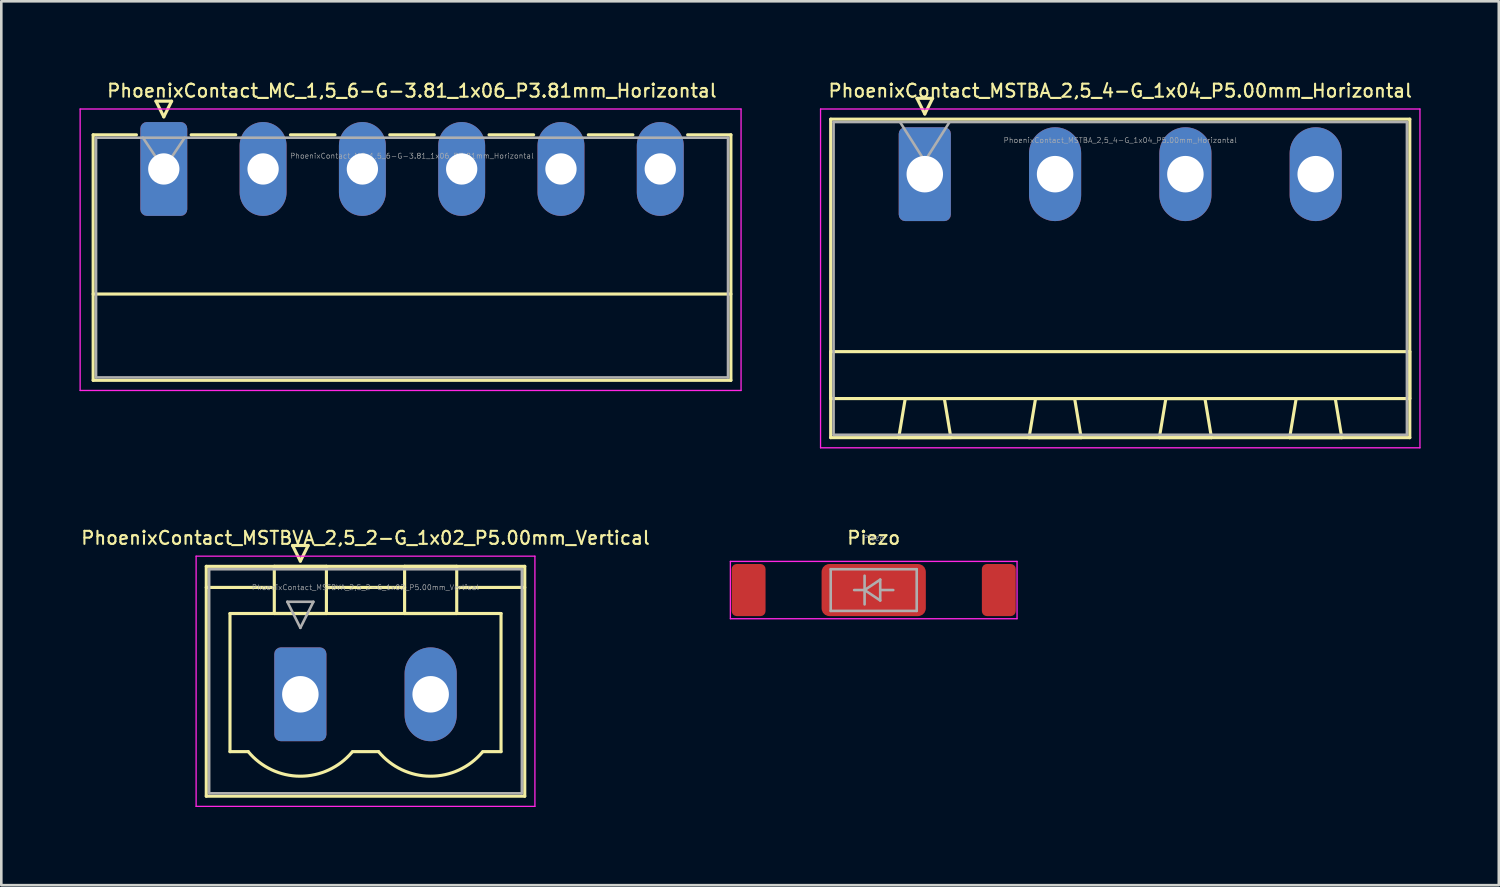
<source format=kicad_pcb>
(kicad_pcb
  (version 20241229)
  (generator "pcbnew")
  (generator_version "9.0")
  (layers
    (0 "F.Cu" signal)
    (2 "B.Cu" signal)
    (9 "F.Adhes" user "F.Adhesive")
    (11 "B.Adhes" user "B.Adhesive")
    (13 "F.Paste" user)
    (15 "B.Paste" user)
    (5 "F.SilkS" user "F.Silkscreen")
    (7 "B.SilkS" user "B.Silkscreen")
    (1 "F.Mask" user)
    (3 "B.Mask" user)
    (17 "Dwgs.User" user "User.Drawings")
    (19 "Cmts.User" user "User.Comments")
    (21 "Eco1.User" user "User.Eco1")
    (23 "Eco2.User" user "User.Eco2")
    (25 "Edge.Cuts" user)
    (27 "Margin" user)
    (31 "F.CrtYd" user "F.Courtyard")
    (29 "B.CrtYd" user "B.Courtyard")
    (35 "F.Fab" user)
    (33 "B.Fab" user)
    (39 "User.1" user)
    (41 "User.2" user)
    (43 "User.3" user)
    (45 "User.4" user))
  (footprint "PhoenixContact_MC_1,5_6-G-3.81_1x06_P3.81mm_Horizontal"
    (layer "F.Cu")
    (at 3.235 3.433)
    (property "Reference" "PhoenixContact_MC_1,5_6-G-3.81_1x06_P3.81mm_Horizontal" (at 9.52 -3 0) (layer "F.SilkS") (effects (font (size 0.5 0.5) (thickness 0.08))))
    (attr through_hole)
    (fp_line (start -2.71 -1.31) (end -2.71 8.11) (stroke (width 0.12) (type solid)) (layer "F.SilkS"))
    (fp_line (start -2.71 -1.31) (end -1.05 -1.31) (stroke (width 0.12) (type solid)) (layer "F.SilkS"))
    (fp_line (start -2.71 4.8) (end 21.76 4.8) (stroke (width 0.12) (type solid)) (layer "F.SilkS"))
    (fp_line (start -2.71 8.11) (end 21.76 8.11) (stroke (width 0.12) (type solid)) (layer "F.SilkS"))
    (fp_line (start -0.3 -2.6) (end 0.3 -2.6) (stroke (width 0.12) (type solid)) (layer "F.SilkS"))
    (fp_line (start 0 -2) (end -0.3 -2.6) (stroke (width 0.12) (type solid)) (layer "F.SilkS"))
    (fp_line (start 0.3 -2.6) (end 0 -2) (stroke (width 0.12) (type solid)) (layer "F.SilkS"))
    (fp_line (start 1.05 -1.31) (end 2.76 -1.31) (stroke (width 0.12) (type solid)) (layer "F.SilkS"))
    (fp_line (start 4.86 -1.31) (end 6.57 -1.31) (stroke (width 0.12) (type solid)) (layer "F.SilkS"))
    (fp_line (start 8.67 -1.31) (end 10.38 -1.31) (stroke (width 0.12) (type solid)) (layer "F.SilkS"))
    (fp_line (start 12.48 -1.31) (end 14.19 -1.31) (stroke (width 0.12) (type solid)) (layer "F.SilkS"))
    (fp_line (start 16.29 -1.31) (end 18 -1.31) (stroke (width 0.12) (type solid)) (layer "F.SilkS"))
    (fp_line (start 21.76 -1.31) (end 20.1 -1.31) (stroke (width 0.12) (type solid)) (layer "F.SilkS"))
    (fp_line (start 21.76 8.11) (end 21.76 -1.31) (stroke (width 0.12) (type solid)) (layer "F.SilkS"))
    (fp_line (start -3.21 -2.3) (end -3.21 8.5) (stroke (width 0.05) (type solid)) (layer "F.CrtYd"))
    (fp_line (start -3.21 8.5) (end 22.15 8.5) (stroke (width 0.05) (type solid)) (layer "F.CrtYd"))
    (fp_line (start 22.15 -2.3) (end -3.21 -2.3) (stroke (width 0.05) (type solid)) (layer "F.CrtYd"))
    (fp_line (start 22.15 8.5) (end 22.15 -2.3) (stroke (width 0.05) (type solid)) (layer "F.CrtYd"))
    (fp_line (start -2.6 -1.2) (end -2.6 8) (stroke (width 0.1) (type solid)) (layer "F.Fab"))
    (fp_line (start -2.6 8) (end 21.65 8) (stroke (width 0.1) (type solid)) (layer "F.Fab"))
    (fp_line (start 0 0) (end -0.8 -1.2) (stroke (width 0.1) (type solid)) (layer "F.Fab"))
    (fp_line (start 0.8 -1.2) (end 0 0) (stroke (width 0.1) (type solid)) (layer "F.Fab"))
    (fp_line (start 21.65 -1.2) (end -2.6 -1.2) (stroke (width 0.1) (type solid)) (layer "F.Fab"))
    (fp_line (start 21.65 8) (end 21.65 -1.2) (stroke (width 0.1) (type solid)) (layer "F.Fab"))
    (fp_text user "${REFERENCE}" (at 9.52 -0.5 0) (layer "F.Fab") (effects (font (size 0.2 0.2) (thickness 0.02))))
    (pad "1" thru_hole roundrect (at 0 0) (size 1.8 3.6) (drill 1.2) (layers "*.Cu" "*.Mask") (roundrect_rratio 0.139))
    (pad "2" thru_hole oval (at 3.81 0) (size 1.8 3.6) (drill 1.2) (layers "*.Cu" "*.Mask"))
    (pad "3" thru_hole oval (at 7.62 0) (size 1.8 3.6) (drill 1.2) (layers "*.Cu" "*.Mask"))
    (pad "4" thru_hole oval (at 11.43 0) (size 1.8 3.6) (drill 1.2) (layers "*.Cu" "*.Mask"))
    (pad "5" thru_hole oval (at 15.24 0) (size 1.8 3.6) (drill 1.2) (layers "*.Cu" "*.Mask"))
    (pad "6" thru_hole oval (at 19.05 0) (size 1.8 3.6) (drill 1.2) (layers "*.Cu" "*.Mask")))
  (footprint "PhoenixContact_MSTBVA_2,5_2-G_1x02_P5.00mm_Vertical"
    (layer "F.Cu")
    (at 8.475 23.591)
    (property "Reference" "PhoenixContact_MSTBVA_2,5_2-G_1x02_P5.00mm_Vertical" (at 2.5 -6 0) (layer "F.SilkS") (effects (font (size 0.5 0.5) (thickness 0.08))))
    (attr through_hole)
    (fp_line (start -3.61 -4.91) (end -3.61 3.91) (stroke (width 0.12) (type solid)) (layer "F.SilkS"))
    (fp_line (start -3.61 -4.1) (end -1.11 -4.1) (stroke (width 0.12) (type solid)) (layer "F.SilkS"))
    (fp_line (start -3.61 3.91) (end 8.61 3.91) (stroke (width 0.12) (type solid)) (layer "F.SilkS"))
    (fp_line (start -2.7 -3.1) (end 7.7 -3.1) (stroke (width 0.12) (type solid)) (layer "F.SilkS"))
    (fp_line (start -2.7 2.2) (end -2.7 -3.1) (stroke (width 0.12) (type solid)) (layer "F.SilkS"))
    (fp_line (start -2 2.2) (end -2.7 2.2) (stroke (width 0.12) (type solid)) (layer "F.SilkS"))
    (fp_line (start -1 -4.91) (end 1 -4.91) (stroke (width 0.12) (type solid)) (layer "F.SilkS"))
    (fp_line (start -1 -3.1) (end -1 -4.91) (stroke (width 0.12) (type solid)) (layer "F.SilkS"))
    (fp_line (start -0.3 -5.71) (end 0.3 -5.71) (stroke (width 0.12) (type solid)) (layer "F.SilkS"))
    (fp_line (start 0 -5.11) (end -0.3 -5.71) (stroke (width 0.12) (type solid)) (layer "F.SilkS"))
    (fp_line (start 0.3 -5.71) (end 0 -5.11) (stroke (width 0.12) (type solid)) (layer "F.SilkS"))
    (fp_line (start 1 -4.91) (end 1 -3.1) (stroke (width 0.12) (type solid)) (layer "F.SilkS"))
    (fp_line (start 1 -4.1) (end 4 -4.1) (stroke (width 0.12) (type solid)) (layer "F.SilkS"))
    (fp_line (start 1 -3.1) (end -1 -3.1) (stroke (width 0.12) (type solid)) (layer "F.SilkS"))
    (fp_line (start 2 2.2) (end 3 2.2) (stroke (width 0.12) (type solid)) (layer "F.SilkS"))
    (fp_line (start 4 -4.91) (end 6 -4.91) (stroke (width 0.12) (type solid)) (layer "F.SilkS"))
    (fp_line (start 4 -3.1) (end 4 -4.91) (stroke (width 0.12) (type solid)) (layer "F.SilkS"))
    (fp_line (start 6 -4.91) (end 6 -3.1) (stroke (width 0.12) (type solid)) (layer "F.SilkS"))
    (fp_line (start 6 -3.1) (end 4 -3.1) (stroke (width 0.12) (type solid)) (layer "F.SilkS"))
    (fp_line (start 7.7 -3.1) (end 7.7 2.2) (stroke (width 0.12) (type solid)) (layer "F.SilkS"))
    (fp_line (start 7.7 2.2) (end 7 2.2) (stroke (width 0.12) (type solid)) (layer "F.SilkS"))
    (fp_line (start 8.61 -4.91) (end -3.61 -4.91) (stroke (width 0.12) (type solid)) (layer "F.SilkS"))
    (fp_line (start 8.61 -4.1) (end 6.11 -4.1) (stroke (width 0.12) (type solid)) (layer "F.SilkS"))
    (fp_line (start 8.61 3.91) (end 8.61 -4.91) (stroke (width 0.12) (type solid)) (layer "F.SilkS"))
    (fp_arc (start 1.986842 2.215821) (mid -0.010289 3.142758) (end -2 2.2) (stroke (width 0.12) (type solid)) (layer "F.SilkS"))
    (fp_arc (start 6.986842 2.215821) (mid 4.989711 3.142758) (end 3 2.2) (stroke (width 0.12) (type solid)) (layer "F.SilkS"))
    (fp_line (start -4 -5.3) (end -4 4.3) (stroke (width 0.05) (type solid)) (layer "F.CrtYd"))
    (fp_line (start -4 4.3) (end 9 4.3) (stroke (width 0.05) (type solid)) (layer "F.CrtYd"))
    (fp_line (start 9 -5.3) (end -4 -5.3) (stroke (width 0.05) (type solid)) (layer "F.CrtYd"))
    (fp_line (start 9 4.3) (end 9 -5.3) (stroke (width 0.05) (type solid)) (layer "F.CrtYd"))
    (fp_line (start -3.5 -4.8) (end -3.5 3.8) (stroke (width 0.1) (type solid)) (layer "F.Fab"))
    (fp_line (start -3.5 3.8) (end 8.5 3.8) (stroke (width 0.1) (type solid)) (layer "F.Fab"))
    (fp_line (start -0.5 -3.55) (end 0.5 -3.55) (stroke (width 0.1) (type solid)) (layer "F.Fab"))
    (fp_line (start 0 -2.55) (end -0.5 -3.55) (stroke (width 0.1) (type solid)) (layer "F.Fab"))
    (fp_line (start 0.5 -3.55) (end 0 -2.55) (stroke (width 0.1) (type solid)) (layer "F.Fab"))
    (fp_line (start 8.5 -4.8) (end -3.5 -4.8) (stroke (width 0.1) (type solid)) (layer "F.Fab"))
    (fp_line (start 8.5 3.8) (end 8.5 -4.8) (stroke (width 0.1) (type solid)) (layer "F.Fab"))
    (fp_text user "${REFERENCE}" (at 2.5 -4.1 0) (layer "F.Fab") (effects (font (size 0.2 0.2) (thickness 0.02))))
    (pad "1" thru_hole roundrect (at 0 0) (size 2 3.6) (drill 1.4) (layers "*.Cu" "*.Mask") (roundrect_rratio 0.125))
    (pad "2" thru_hole oval (at 5 0) (size 2 3.6) (drill 1.4) (layers "*.Cu" "*.Mask")))
  (footprint "PhoenixContact_MSTBA_2,5_4-G_1x04_P5.00mm_Horizontal"
    (layer "F.Cu")
    (at 32.435 3.633)
    (property "Reference" "PhoenixContact_MSTBA_2,5_4-G_1x04_P5.00mm_Horizontal" (at 7.5 -3.2 0) (layer "F.SilkS") (effects (font (size 0.5 0.5) (thickness 0.08))))
    (attr through_hole)
    (fp_line (start -3.61 -2.11) (end -3.61 10.11) (stroke (width 0.12) (type solid)) (layer "F.SilkS"))
    (fp_line (start -3.61 6.81) (end 18.61 6.81) (stroke (width 0.12) (type solid)) (layer "F.SilkS"))
    (fp_line (start -3.61 8.61) (end -3.61 6.81) (stroke (width 0.12) (type solid)) (layer "F.SilkS"))
    (fp_line (start -3.61 10.11) (end 18.61 10.11) (stroke (width 0.12) (type solid)) (layer "F.SilkS"))
    (fp_line (start -1 10.11) (end 1 10.11) (stroke (width 0.12) (type solid)) (layer "F.SilkS"))
    (fp_line (start -0.75 8.61) (end -1 10.11) (stroke (width 0.12) (type solid)) (layer "F.SilkS"))
    (fp_line (start -0.3 -2.91) (end 0.3 -2.91) (stroke (width 0.12) (type solid)) (layer "F.SilkS"))
    (fp_line (start 0 -2.31) (end -0.3 -2.91) (stroke (width 0.12) (type solid)) (layer "F.SilkS"))
    (fp_line (start 0.3 -2.91) (end 0 -2.31) (stroke (width 0.12) (type solid)) (layer "F.SilkS"))
    (fp_line (start 0.75 8.61) (end -0.75 8.61) (stroke (width 0.12) (type solid)) (layer "F.SilkS"))
    (fp_line (start 1 10.11) (end 0.75 8.61) (stroke (width 0.12) (type solid)) (layer "F.SilkS"))
    (fp_line (start 4 10.11) (end 6 10.11) (stroke (width 0.12) (type solid)) (layer "F.SilkS"))
    (fp_line (start 4.25 8.61) (end 4 10.11) (stroke (width 0.12) (type solid)) (layer "F.SilkS"))
    (fp_line (start 5.75 8.61) (end 4.25 8.61) (stroke (width 0.12) (type solid)) (layer "F.SilkS"))
    (fp_line (start 6 10.11) (end 5.75 8.61) (stroke (width 0.12) (type solid)) (layer "F.SilkS"))
    (fp_line (start 9 10.11) (end 11 10.11) (stroke (width 0.12) (type solid)) (layer "F.SilkS"))
    (fp_line (start 9.25 8.61) (end 9 10.11) (stroke (width 0.12) (type solid)) (layer "F.SilkS"))
    (fp_line (start 10.75 8.61) (end 9.25 8.61) (stroke (width 0.12) (type solid)) (layer "F.SilkS"))
    (fp_line (start 11 10.11) (end 10.75 8.61) (stroke (width 0.12) (type solid)) (layer "F.SilkS"))
    (fp_line (start 14 10.11) (end 16 10.11) (stroke (width 0.12) (type solid)) (layer "F.SilkS"))
    (fp_line (start 14.25 8.61) (end 14 10.11) (stroke (width 0.12) (type solid)) (layer "F.SilkS"))
    (fp_line (start 15.75 8.61) (end 14.25 8.61) (stroke (width 0.12) (type solid)) (layer "F.SilkS"))
    (fp_line (start 16 10.11) (end 15.75 8.61) (stroke (width 0.12) (type solid)) (layer "F.SilkS"))
    (fp_line (start 18.61 -2.11) (end -3.61 -2.11) (stroke (width 0.12) (type solid)) (layer "F.SilkS"))
    (fp_line (start 18.61 6.81) (end 18.61 8.61) (stroke (width 0.12) (type solid)) (layer "F.SilkS"))
    (fp_line (start 18.61 8.61) (end -3.61 8.61) (stroke (width 0.12) (type solid)) (layer "F.SilkS"))
    (fp_line (start 18.61 10.11) (end 18.61 -2.11) (stroke (width 0.12) (type solid)) (layer "F.SilkS"))
    (fp_line (start -4 -2.5) (end -4 10.5) (stroke (width 0.05) (type solid)) (layer "F.CrtYd"))
    (fp_line (start -4 10.5) (end 19 10.5) (stroke (width 0.05) (type solid)) (layer "F.CrtYd"))
    (fp_line (start 19 -2.5) (end -4 -2.5) (stroke (width 0.05) (type solid)) (layer "F.CrtYd"))
    (fp_line (start 19 10.5) (end 19 -2.5) (stroke (width 0.05) (type solid)) (layer "F.CrtYd"))
    (fp_line (start -3.5 -2) (end -3.5 10) (stroke (width 0.1) (type solid)) (layer "F.Fab"))
    (fp_line (start -3.5 10) (end 18.5 10) (stroke (width 0.1) (type solid)) (layer "F.Fab"))
    (fp_line (start 0 -0.5) (end -0.95 -2) (stroke (width 0.1) (type solid)) (layer "F.Fab"))
    (fp_line (start 0.95 -2) (end 0 -0.5) (stroke (width 0.1) (type solid)) (layer "F.Fab"))
    (fp_line (start 18.5 -2) (end -3.5 -2) (stroke (width 0.1) (type solid)) (layer "F.Fab"))
    (fp_line (start 18.5 10) (end 18.5 -2) (stroke (width 0.1) (type solid)) (layer "F.Fab"))
    (fp_text user "${REFERENCE}" (at 7.5 -1.3 0) (layer "F.Fab") (effects (font (size 0.2 0.2) (thickness 0.02))))
    (pad "1" thru_hole roundrect (at 0 0) (size 2 3.6) (drill 1.4) (layers "*.Cu" "*.Mask") (roundrect_rratio 0.125))
    (pad "2" thru_hole oval (at 5 0) (size 2 3.6) (drill 1.4) (layers "*.Cu" "*.Mask"))
    (pad "3" thru_hole oval (at 10 0) (size 2 3.6) (drill 1.4) (layers "*.Cu" "*.Mask"))
    (pad "4" thru_hole oval (at 15 0) (size 2 3.6) (drill 1.4) (layers "*.Cu" "*.Mask")))
  (footprint "Piezo"
    (layer "F.Cu")
    (at 30.475 19.591)
    (property "Reference" "Piezo" (at 0 -2 0) (layer "F.SilkS") (effects (font (size 0.5 0.5) (thickness 0.08))))
    (attr smd)
    (fp_line (start -5.5 -1.1) (end 5.5 -1.1) (stroke (width 0.05) (type solid)) (layer "F.CrtYd"))
    (fp_line (start -5.5 1.1) (end -5.5 -1.1) (stroke (width 0.05) (type solid)) (layer "F.CrtYd"))
    (fp_line (start 5.5 -1.1) (end 5.5 1.1) (stroke (width 0.05) (type solid)) (layer "F.CrtYd"))
    (fp_line (start 5.5 1.1) (end -5.5 1.1) (stroke (width 0.05) (type solid)) (layer "F.CrtYd"))
    (fp_line (start -1.65 -0.8) (end 1.65 -0.8) (stroke (width 0.1) (type solid)) (layer "F.Fab"))
    (fp_line (start -1.65 0.8) (end -1.65 -0.8) (stroke (width 0.1) (type solid)) (layer "F.Fab"))
    (fp_line (start -0.75 0) (end -0.35 0) (stroke (width 0.1) (type solid)) (layer "F.Fab"))
    (fp_line (start -0.35 0) (end -0.35 -0.55) (stroke (width 0.1) (type solid)) (layer "F.Fab"))
    (fp_line (start -0.35 0) (end -0.35 0.55) (stroke (width 0.1) (type solid)) (layer "F.Fab"))
    (fp_line (start -0.35 0) (end 0.25 -0.4) (stroke (width 0.1) (type solid)) (layer "F.Fab"))
    (fp_line (start 0.25 -0.4) (end 0.25 0.4) (stroke (width 0.1) (type solid)) (layer "F.Fab"))
    (fp_line (start 0.25 0) (end 0.75 0) (stroke (width 0.1) (type solid)) (layer "F.Fab"))
    (fp_line (start 0.25 0.4) (end -0.35 0) (stroke (width 0.1) (type solid)) (layer "F.Fab"))
    (fp_line (start 1.65 -0.8) (end 1.65 0.8) (stroke (width 0.1) (type solid)) (layer "F.Fab"))
    (fp_line (start 1.65 0.8) (end -1.65 0.8) (stroke (width 0.1) (type solid)) (layer "F.Fab"))
    (fp_text user "${REFERENCE}" (at 0 -2 0) (layer "F.Fab") (effects (font (size 0.2 0.2) (thickness 0.02))))
    (pad "1" smd roundrect (at 0 0) (size 4 2) (layers "F.Cu" "F.Mask" "F.Paste") (roundrect_rratio 0.15))
    (pad "2" smd roundrect (at -4.8 0) (size 1.3 2) (layers "F.Cu" "F.Mask" "F.Paste") (roundrect_rratio 0.15))
    (pad "2" smd roundrect (at 4.8 0) (size 1.3 2) (layers "F.Cu" "F.Mask" "F.Paste") (roundrect_rratio 0.15)))
  (gr_rect
    (start -3 -3)
    (end 54.46 30.916)
    (stroke (width 0.1) (type default))
    (fill no)
    (layer "Edge.Cuts")))
</source>
